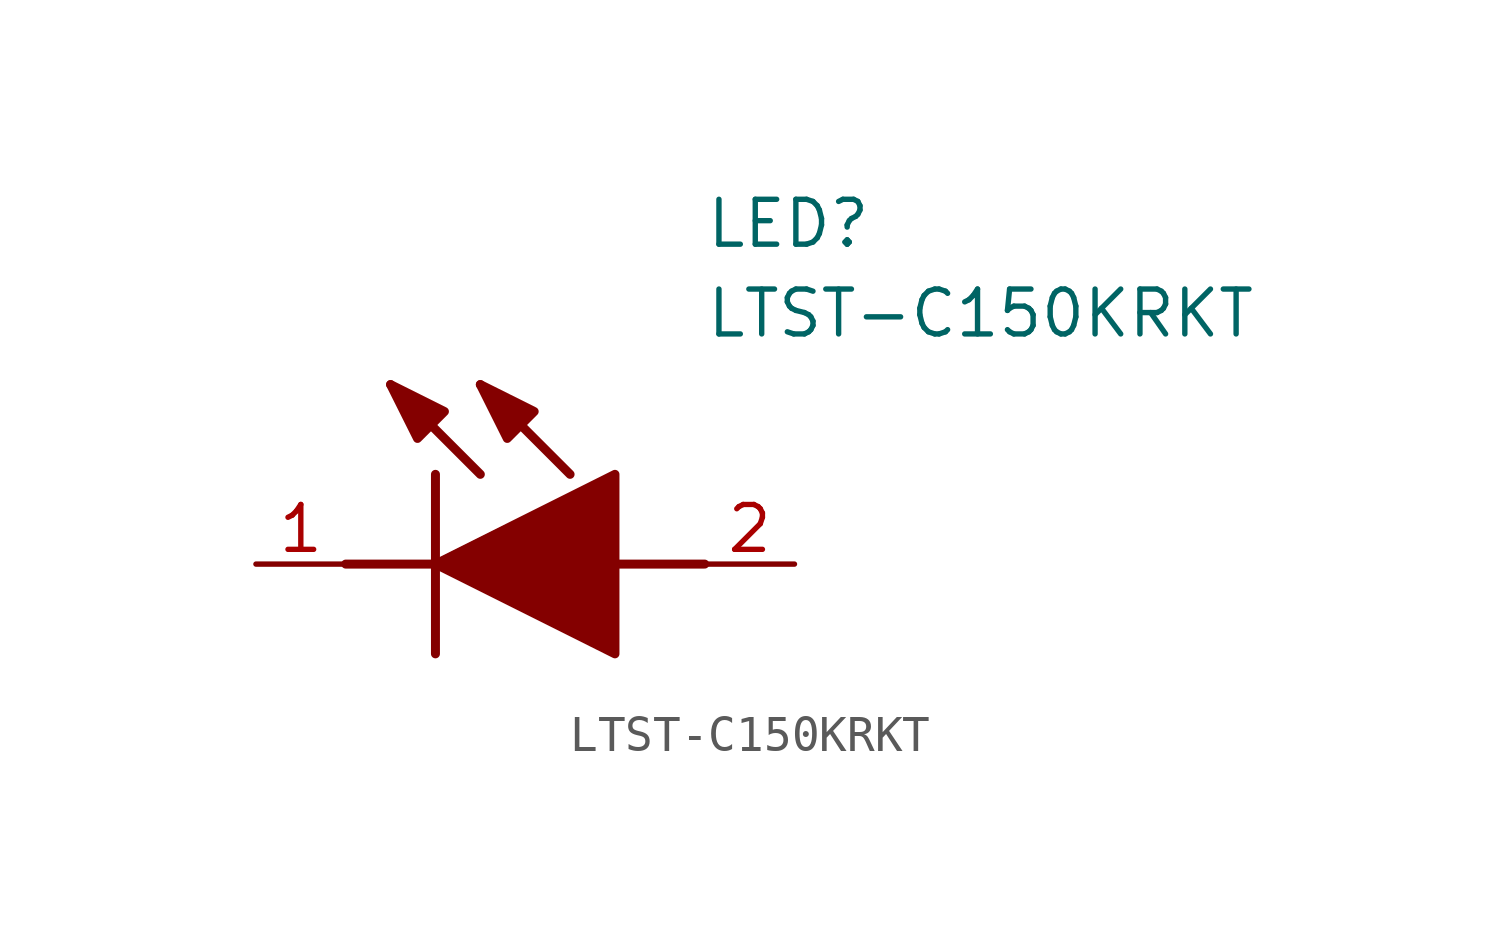
<source format=kicad_sym>
(kicad_symbol_lib
  (version 20211014)
  (generator SamacSys_ECAD_Model)
  (symbol "LTST-C150KRKT"
    (pin_names hide)
    (property "Reference" "LED"
      (at 12.7 8.89 0)
      (effects (font (size 1.27 1.27)) (justify left bottom)))
    (property "Value" "LTST-C150KRKT"
      (at 12.7 6.35 0)
      (effects (font (size 1.27 1.27)) (justify left bottom)))
    (polyline
      (pts (xy 5.08 2.54) (xy 5.08 -2.54))
      (stroke (width 0.254) (type default))
      (fill (type none)))
    (polyline
      (pts (xy 6.35 2.54) (xy 3.81 5.08))
      (stroke (width 0.254) (type default))
      (fill (type none)))
    (polyline
      (pts (xy 8.89 2.54) (xy 6.35 5.08))
      (stroke (width 0.254) (type default))
      (fill (type none)))
    (polyline
      (pts (xy 2.54 0) (xy 5.08 0))
      (stroke (width 0.254) (type default))
      (fill (type none)))
    (polyline
      (pts (xy 10.16 0) (xy 12.7 0))
      (stroke (width 0.254) (type default))
      (fill (type none)))
    (polyline
      (pts (xy 5.08 0) (xy 10.16 2.54) (xy 10.16 -2.54) (xy 5.08 0))
      (stroke (width 0.254) (type default))
      (fill (type outline)))
    (polyline
      (pts (xy 5.334 4.318) (xy 4.572 3.556) (xy 3.81 5.08) (xy 5.334 4.318))
      (stroke (width 0.254) (type default))
      (fill (type outline)))
    (polyline
      (pts (xy 7.874 4.318) (xy 7.112 3.556) (xy 6.35 5.08) (xy 7.874 4.318))
      (stroke (width 0.254) (type default))
      (fill (type outline)))
    (pin passive line
      (at 0 0 0)
      (length 2.54)
      (name "K" (effects (font (size 1.27 1.27))))
      (number "1" (effects (font (size 1.27 1.27)))))
    (pin passive line
      (at 15.24 0 180)
      (length 2.54)
      (name "A" (effects (font (size 1.27 1.27))))
      (number "2" (effects (font (size 1.27 1.27)))))))
</source>
